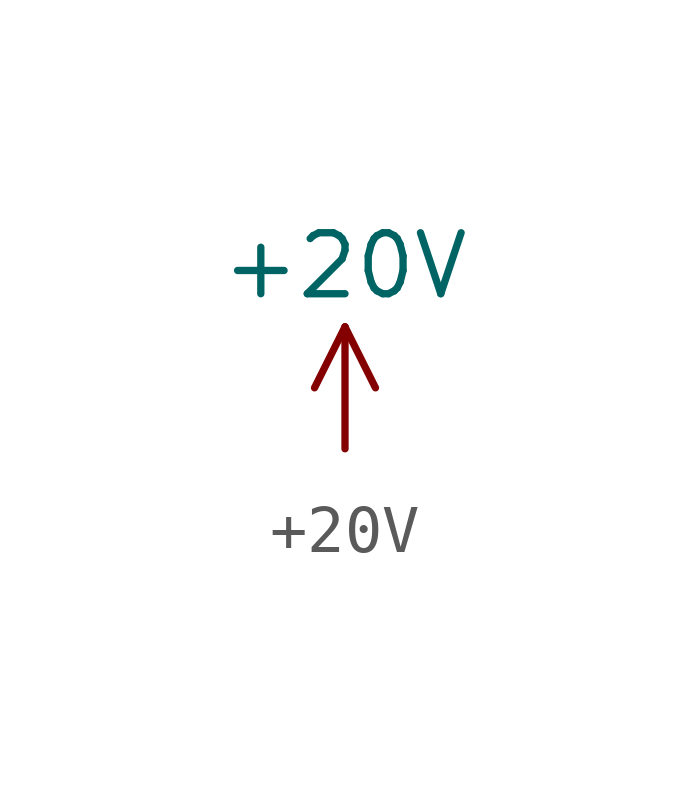
<source format=kicad_sym>
(kicad_symbol_lib
  (version 20211014)
  (generator kicad_symbol_editor)
  (symbol "+20V"
    (power)
    (pin_numbers hide)
    (pin_names
      (offset 0))
    (property "Reference" "#PWR"
      (at 0 -3.048 0)
      (effects (font (size 1.27 1.27)) hide))
    (property "Value" "+20V"
      (at 0 3.81 0)
      (effects (font (size 1.27 1.27))))
    (symbol "+20V_0_1"
      (polyline (pts (xy 0 2.54) (xy -0.635 1.27)) (stroke (width 0) (type default) (color 0 0 0 0)) (fill (type none)))
      (polyline (pts (xy 0 2.54) (xy 0 0)) (stroke (width 0) (type default) (color 0 0 0 0)) (fill (type none)))
      (polyline (pts (xy 0 2.54) (xy 0.635 1.27)) (stroke (width 0) (type default) (color 0 0 0 0)) (fill (type none))))
    (symbol "+20V_1_1"
      (pin power_in line (at 0 0 90) (length 0) hide (name "+20V" (effects (font (size 1.27 1.27)))) (number "1" (effects (font (size 1.27 1.27))))))))
</source>
